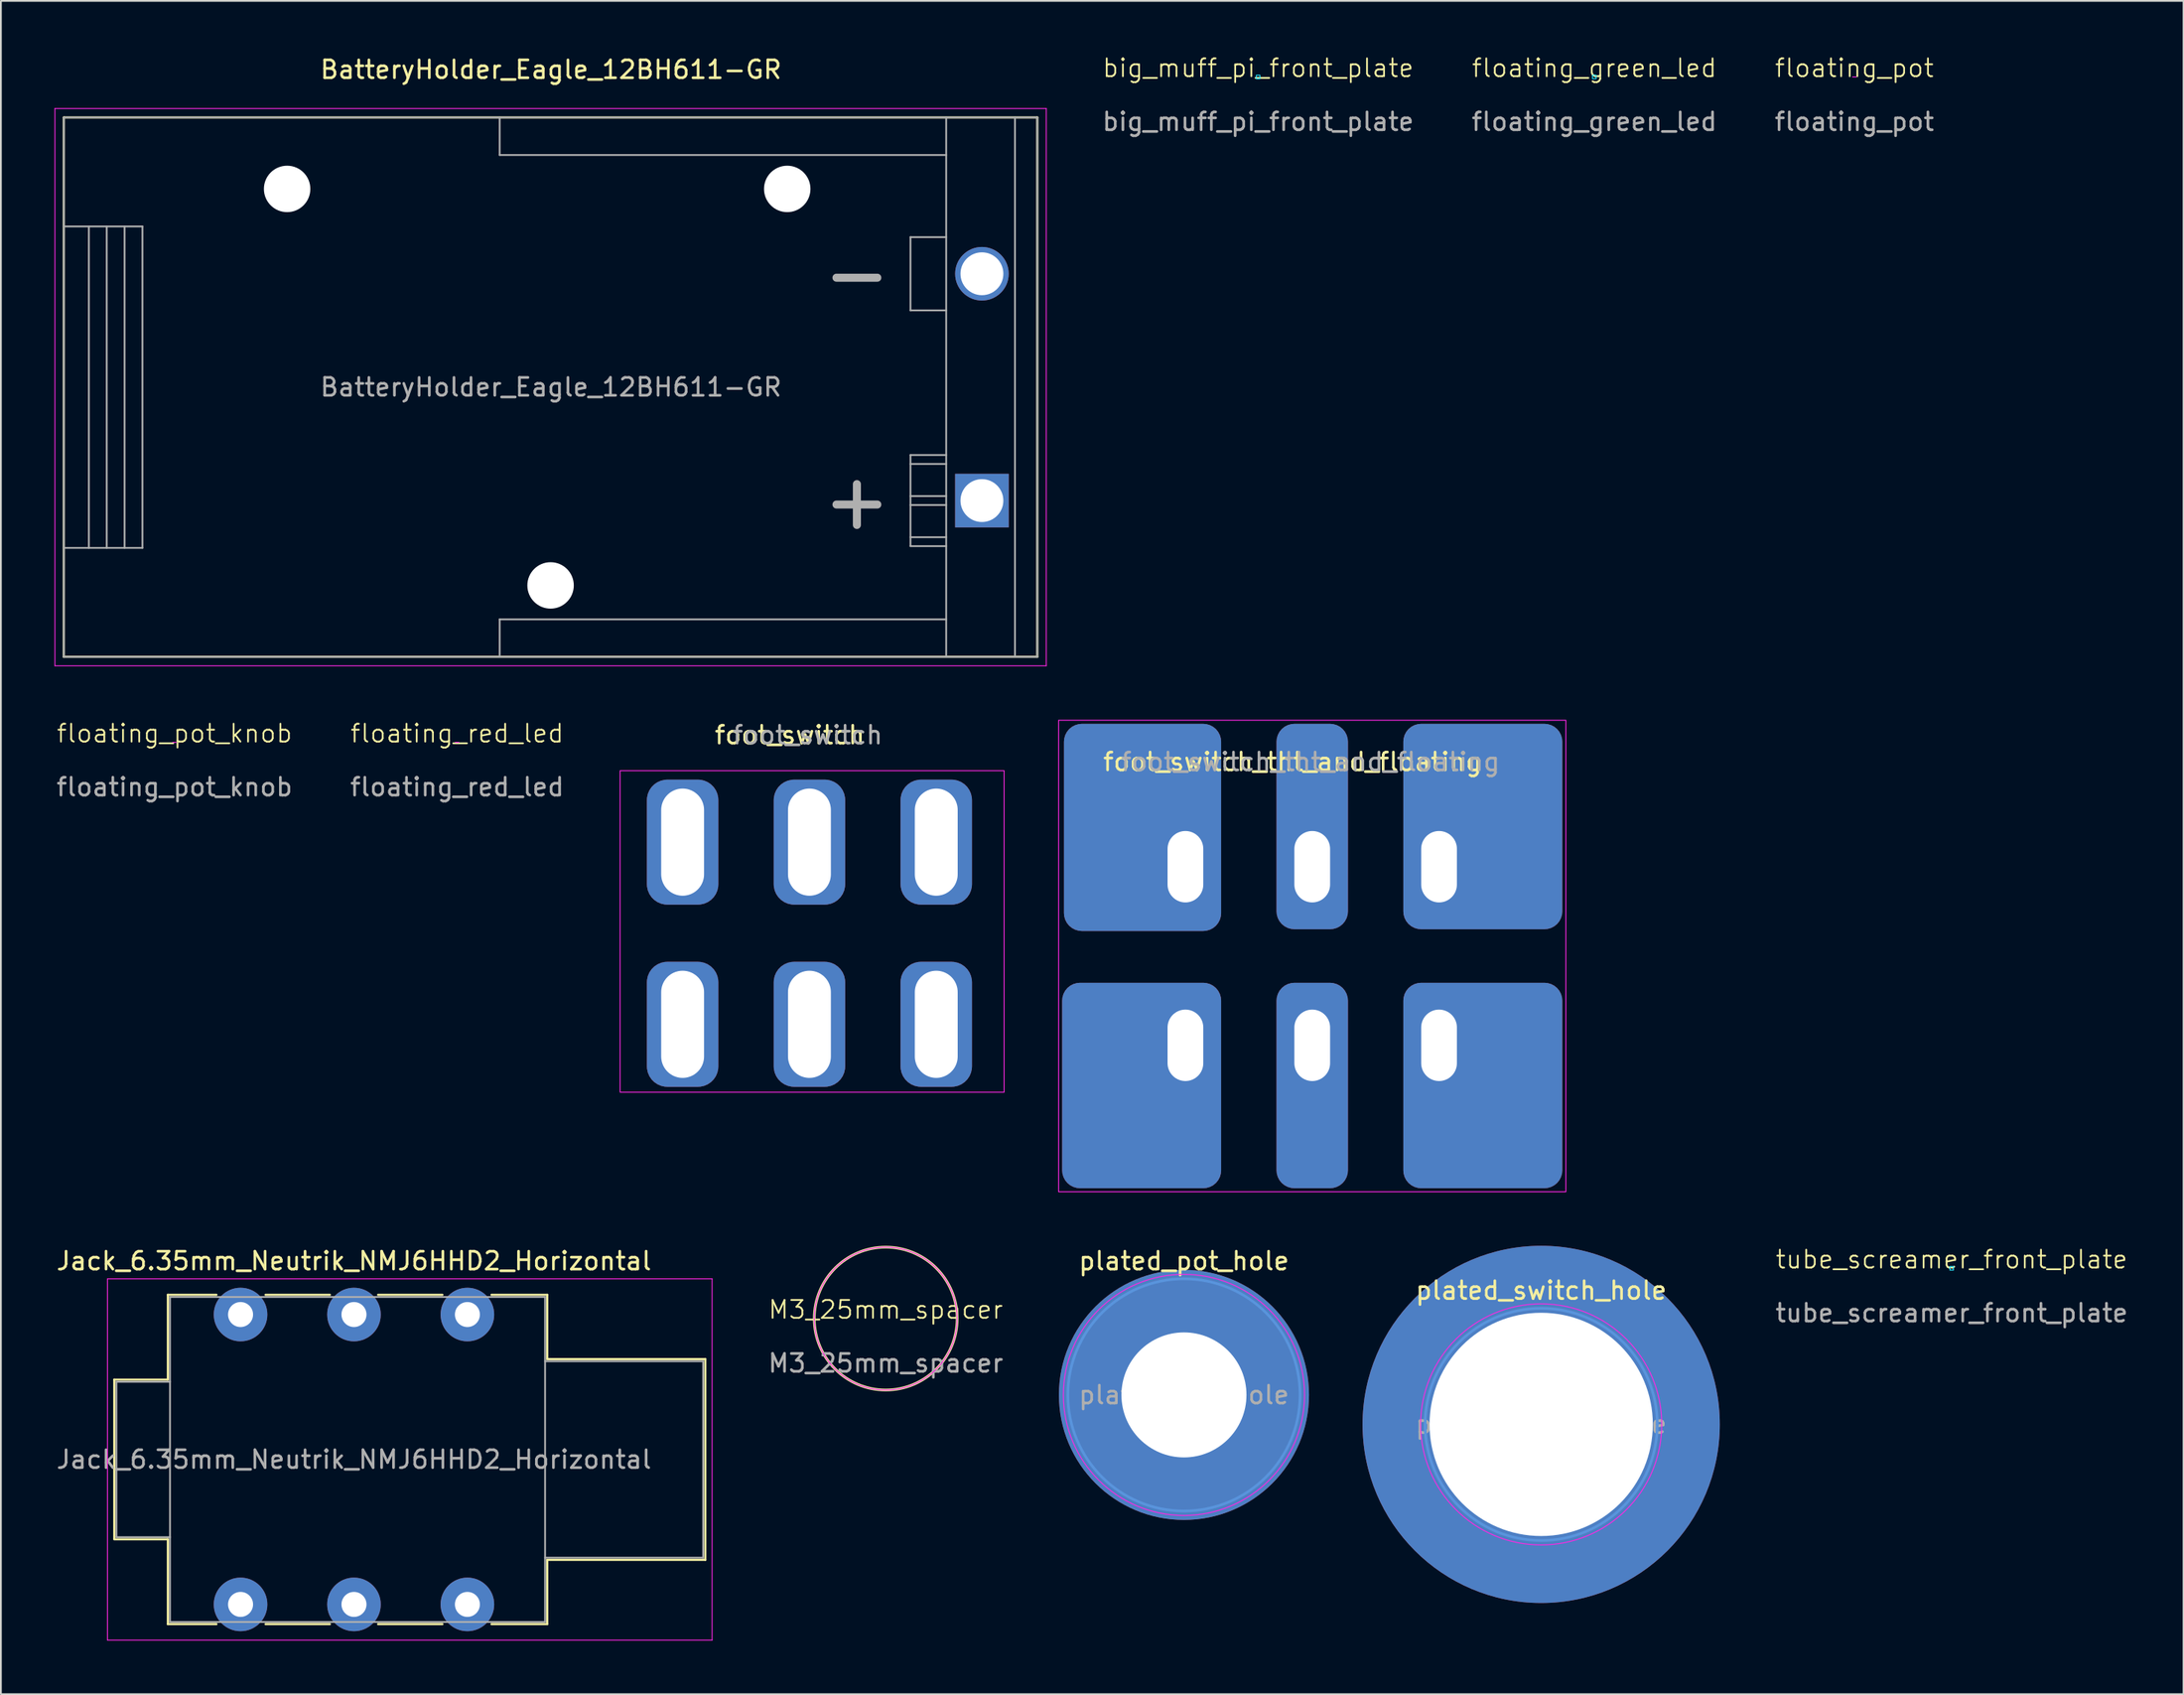
<source format=kicad_pcb>
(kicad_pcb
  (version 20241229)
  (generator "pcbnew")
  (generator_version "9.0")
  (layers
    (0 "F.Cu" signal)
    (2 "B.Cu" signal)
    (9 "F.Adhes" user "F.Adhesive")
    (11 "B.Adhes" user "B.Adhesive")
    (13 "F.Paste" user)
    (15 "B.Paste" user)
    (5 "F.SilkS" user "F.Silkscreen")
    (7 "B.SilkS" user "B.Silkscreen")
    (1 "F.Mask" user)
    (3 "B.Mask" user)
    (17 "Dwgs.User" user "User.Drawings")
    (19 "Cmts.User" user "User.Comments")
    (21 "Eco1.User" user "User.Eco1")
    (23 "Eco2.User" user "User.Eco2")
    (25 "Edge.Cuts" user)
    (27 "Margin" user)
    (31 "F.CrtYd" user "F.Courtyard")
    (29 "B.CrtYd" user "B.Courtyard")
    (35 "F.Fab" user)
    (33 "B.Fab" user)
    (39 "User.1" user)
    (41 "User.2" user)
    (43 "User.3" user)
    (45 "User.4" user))
  (footprint "plated_pot_hole"
    (layer "F.Cu")
    (at 63.236 75.052)
    (property "Reference" "plated_pot_hole" (at 0 -7.5 0) (layer "F.SilkS") (effects (font (size 1 1) (thickness 0.15))))
    (attr exclude_from_pos_files exclude_from_bom)
    (fp_circle (center 0 0) (end 6.5 0) (stroke (width 0.15) (type solid)) (fill no) (layer "Cmts.User"))
    (fp_circle (center 0 0) (end 6.75 0) (stroke (width 0.05) (type solid)) (fill no) (layer "F.CrtYd"))
    (fp_text user "${REFERENCE}" (at 0 0 0) (layer "F.Fab") (effects (font (size 1 1) (thickness 0.15))))
    (pad "1" thru_hole circle (at 0 0) (size 14 14) (drill 7) (layers "*.Cu" "*.Mask")))
  (footprint "tube_screamer_front_plate"
    (layer "F.Cu")
    (at 106.218 67.964)
    (property "Reference" "tube_screamer_front_plate" (at 0 -0.5 0) (unlocked yes) (layer "F.SilkS") (effects (font (size 1 1) (thickness 0.1))))
    (attr through_hole)
    (fp_rect (start -0.1 -0.1) (end 0.1 0.1) (stroke (width 0.05) (type default)) (fill no) (layer "B.CrtYd"))
    (fp_text user "${REFERENCE}" (at 0 2.5 0) (unlocked yes) (layer "F.Fab") (effects (font (size 1 1) (thickness 0.15)))))
  (footprint "plated_switch_hole"
    (layer "F.Cu")
    (at 83.236 76.703)
    (property "Reference" "plated_switch_hole" (at 0 -7.5 0) (layer "F.SilkS") (effects (font (size 1 1) (thickness 0.15))))
    (attr exclude_from_pos_files exclude_from_bom)
    (fp_circle (center 0 0) (end 6.5 0) (stroke (width 0.15) (type solid)) (fill no) (layer "Cmts.User"))
    (fp_circle (center 0 0) (end 6.75 0) (stroke (width 0.05) (type solid)) (fill no) (layer "F.CrtYd"))
    (fp_text user "${REFERENCE}" (at 0 0 0) (layer "F.Fab") (effects (font (size 1 1) (thickness 0.15))))
    (pad "1" thru_hole circle (at 0 0) (size 20 20) (drill 12.5) (layers "*.Cu" "*.Mask")))
  (footprint "floating_pot_knob"
    (layer "F.Cu")
    (at 6.72 38.514)
    (property "Reference" "floating_pot_knob" (at 0 -0.5 0) (unlocked yes) (layer "F.SilkS") (effects (font (size 1 1) (thickness 0.1))))
    (attr through_hole)
    (fp_line (start -0.1 0) (end 0.1 0) (stroke (width 0.05) (type default)) (layer "F.CrtYd"))
    (fp_text user "${REFERENCE}" (at 0 2.5 0) (unlocked yes) (layer "F.Fab") (effects (font (size 1 1) (thickness 0.15)))))
  (footprint "floating_pot"
    (layer "F.Cu")
    (at 100.77 1.26)
    (property "Reference" "floating_pot" (at 0 -0.5 0) (unlocked yes) (layer "F.SilkS") (effects (font (size 1 1) (thickness 0.1))))
    (attr through_hole)
    (fp_line (start -0.1 0) (end 0.1 0) (stroke (width 0.05) (type default)) (layer "F.CrtYd"))
    (fp_text user "${REFERENCE}" (at 0 2.5 0) (unlocked yes) (layer "F.Fab") (effects (font (size 1 1) (thickness 0.15)))))
  (footprint "foot_switch_tht_and_floating"
    (layer "F.Cu")
    (at 70.418 50.478)
    (property "Reference" "foot_switch_tht_and_floating" (at -1.1 -10.875 0) (layer "F.SilkS") (effects (font (size 1 1) (thickness 0.15))))
    (attr through_hole)
    (fp_rect (start -14.2 -13.2) (end 14.2 13.2) (stroke (width 0.05) (type default)) (fill no) (layer "F.CrtYd"))
    (fp_text user "${REFERENCE}" (at -0.1 -10.875 0) (layer "F.Fab") (effects (font (size 1 1) (thickness 0.15))))
    (pad "1" thru_hole roundrect (at -7.1 -5 180) (size 8.8 11.6) (drill oval 2 4 (offset 2.4 2.2)) (layers "*.Cu" "*.Mask") (roundrect_rratio 0.114))
    (pad "2" thru_hole roundrect (at 0 -5) (size 4 11.5) (drill oval 2 4 (offset 0 -2.25)) (layers "*.Cu" "*.Mask") (roundrect_rratio 0.25))
    (pad "3" thru_hole roundrect (at 7.1 -5 180) (size 8.9 11.5) (drill oval 2 4 (offset -2.45 2.25)) (layers "*.Cu" "*.Mask") (roundrect_rratio 0.112))
    (pad "4" thru_hole roundrect (at 7.1 5) (size 8.9 11.5) (drill oval 2 4 (offset 2.45 2.25)) (layers "*.Cu" "*.Mask") (roundrect_rratio 0.112))
    (pad "5" thru_hole roundrect (at 0 5) (size 4 11.5) (drill oval 2 4 (offset 0 2.25)) (layers "*.Cu" "*.Mask") (roundrect_rratio 0.25))
    (pad "6" thru_hole roundrect (at -7.1 5) (size 8.9 11.5) (drill oval 2 4 (offset -2.45 2.25)) (layers "*.Cu" "*.Mask") (roundrect_rratio 0.112)))
  (footprint "big_muff_pi_front_plate"
    (layer "F.Cu")
    (at 67.389 1.26)
    (property "Reference" "big_muff_pi_front_plate" (at 0 -0.5 0) (unlocked yes) (layer "F.SilkS") (effects (font (size 1 1) (thickness 0.1))))
    (attr through_hole)
    (fp_rect (start -0.1 -0.1) (end 0.1 0.1) (stroke (width 0.05) (type default)) (fill no) (layer "B.CrtYd"))
    (fp_text user "${REFERENCE}" (at 0 2.5 0) (unlocked yes) (layer "F.Fab") (effects (font (size 1 1) (thickness 0.15)))))
  (footprint "BatteryHolder_Eagle_12BH611-GR"
    (layer "F.Cu")
    (at 51.925 24.978)
    (property "Reference" "BatteryHolder_Eagle_12BH611-GR" (at -24.13 -24.13 0) (layer "F.SilkS") (effects (font (size 1 1) (thickness 0.15))))
    (attr through_hole)
    (fp_line (start -51.4 -21.45) (end 3.1 -21.45) (stroke (width 0.12) (type solid)) (layer "F.SilkS"))
    (fp_line (start -51.4 8.75) (end -51.4 -21.45) (stroke (width 0.12) (type solid)) (layer "F.SilkS"))
    (fp_line (start 3.1 -21.45) (end 3.1 8.75) (stroke (width 0.12) (type solid)) (layer "F.SilkS"))
    (fp_line (start 3.1 8.75) (end -51.4 8.75) (stroke (width 0.12) (type solid)) (layer "F.SilkS"))
    (fp_line (start -51.9 -21.95) (end 3.6 -21.95) (stroke (width 0.05) (type solid)) (layer "F.CrtYd"))
    (fp_line (start -51.9 9.25) (end -51.9 -21.95) (stroke (width 0.05) (type solid)) (layer "F.CrtYd"))
    (fp_line (start 3.6 -21.95) (end 3.6 9.25) (stroke (width 0.05) (type solid)) (layer "F.CrtYd"))
    (fp_line (start 3.6 9.25) (end -51.9 9.25) (stroke (width 0.05) (type solid)) (layer "F.CrtYd"))
    (fp_line (start -51.4 -21.45) (end 3.1 -21.45) (stroke (width 0.1) (type solid)) (layer "F.Fab"))
    (fp_line (start -51.4 -15.35) (end -47 -15.35) (stroke (width 0.1) (type solid)) (layer "F.Fab"))
    (fp_line (start -51.4 2.65) (end -47 2.65) (stroke (width 0.1) (type solid)) (layer "F.Fab"))
    (fp_line (start -51.4 8.75) (end -51.4 -21.45) (stroke (width 0.1) (type solid)) (layer "F.Fab"))
    (fp_line (start -50 2.65) (end -50 -15.35) (stroke (width 0.1) (type solid)) (layer "F.Fab"))
    (fp_line (start -49 2.65) (end -49 -15.35) (stroke (width 0.1) (type solid)) (layer "F.Fab"))
    (fp_line (start -48 2.65) (end -48 -15.35) (stroke (width 0.1) (type solid)) (layer "F.Fab"))
    (fp_line (start -47 2.65) (end -47 -15.35) (stroke (width 0.1) (type solid)) (layer "F.Fab"))
    (fp_line (start -27 -19.35) (end -27 -21.45) (stroke (width 0.1) (type solid)) (layer "F.Fab"))
    (fp_line (start -27 6.65) (end -27 8.75) (stroke (width 0.1) (type solid)) (layer "F.Fab"))
    (fp_line (start -4 -14.75) (end -4 -10.65) (stroke (width 0.1) (type solid)) (layer "F.Fab"))
    (fp_line (start -4 -10.65) (end -2 -10.65) (stroke (width 0.1) (type solid)) (layer "F.Fab"))
    (fp_line (start -4 -2.55) (end -4 2.55) (stroke (width 0.1) (type solid)) (layer "F.Fab"))
    (fp_line (start -4 -2.05) (end -2 -2.05) (stroke (width 0.1) (type solid)) (layer "F.Fab"))
    (fp_line (start -4 0.25) (end -2 0.25) (stroke (width 0.1) (type solid)) (layer "F.Fab"))
    (fp_line (start -4 2.55) (end -2 2.55) (stroke (width 0.1) (type solid)) (layer "F.Fab"))
    (fp_line (start -2 -21.45) (end -2 8.75) (stroke (width 0.1) (type solid)) (layer "F.Fab"))
    (fp_line (start -2 -19.35) (end -27 -19.35) (stroke (width 0.1) (type solid)) (layer "F.Fab"))
    (fp_line (start -2 -14.75) (end -4 -14.75) (stroke (width 0.1) (type solid)) (layer "F.Fab"))
    (fp_line (start -2 -2.55) (end -4 -2.55) (stroke (width 0.1) (type solid)) (layer "F.Fab"))
    (fp_line (start -2 -0.25) (end -4 -0.25) (stroke (width 0.1) (type solid)) (layer "F.Fab"))
    (fp_line (start -2 2.05) (end -4 2.05) (stroke (width 0.1) (type solid)) (layer "F.Fab"))
    (fp_line (start -2 6.65) (end -27 6.65) (stroke (width 0.1) (type solid)) (layer "F.Fab"))
    (fp_line (start 1.85 8.75) (end 1.85 -21.45) (stroke (width 0.1) (type solid)) (layer "F.Fab"))
    (fp_line (start 3.1 -21.45) (end 3.1 8.75) (stroke (width 0.1) (type solid)) (layer "F.Fab"))
    (fp_line (start 3.1 8.75) (end -51.4 8.75) (stroke (width 0.1) (type solid)) (layer "F.Fab"))
    (fp_text user "+" (at -7 0 0) (layer "F.Fab") (effects (font (size 3 3) (thickness 0.45))))
    (fp_text user "-" (at -7 -12.7 0) (layer "F.Fab") (effects (font (size 3 3) (thickness 0.45))))
    (fp_text user "${REFERENCE}" (at -24.13 -6.35 180) (layer "F.Fab") (effects (font (size 1 1) (thickness 0.15))))
    (pad "" np_thru_hole circle (at -38.9 -17.45) (size 2.6 2.6) (drill 2.6) (layers "*.Cu" "*.Mask"))
    (pad "" np_thru_hole circle (at -24.15 4.75) (size 2.6 2.6) (drill 2.6) (layers "*.Cu" "*.Mask"))
    (pad "" np_thru_hole circle (at -10.9 -17.45) (size 2.6 2.6) (drill 2.6) (layers "*.Cu" "*.Mask"))
    (pad "1" thru_hole rect (at 0 0) (size 3 3) (drill 2.4) (layers "*.Cu" "*.Mask"))
    (pad "2" thru_hole circle (at 0 -12.7) (size 3 3) (drill 2.4) (layers "*.Cu" "*.Mask")))
  (footprint "floating_red_led"
    (layer "F.Cu")
    (at 22.542 38.514)
    (property "Reference" "floating_red_led" (at 0 -0.5 0) (unlocked yes) (layer "F.SilkS") (effects (font (size 1 1) (thickness 0.1))))
    (attr through_hole)
    (fp_line (start -0.1 0) (end 0.1 0) (stroke (width 0.05) (type default)) (layer "F.CrtYd"))
    (fp_text user "${REFERENCE}" (at 0 2.5 0) (unlocked yes) (layer "F.Fab") (effects (font (size 1 1) (thickness 0.15)))))
  (footprint "foot_switch"
    (layer "F.Cu")
    (at 35.168 43.102)
    (property "Reference" "foot_switch" (at 6 -5 0) (layer "F.SilkS") (effects (font (size 1 1) (thickness 0.15))))
    (attr through_hole)
    (fp_rect (start -3.5 -3) (end 18 15) (stroke (width 0.05) (type default)) (fill no) (layer "F.CrtYd"))
    (fp_text user "${REFERENCE}" (at 7 -5 0) (layer "F.Fab") (effects (font (size 1 1) (thickness 0.15))))
    (pad "1" thru_hole roundrect (at 0 1) (size 4 7) (drill oval 2.4 6) (layers "*.Cu" "*.Mask") (roundrect_rratio 0.286))
    (pad "2" thru_hole roundrect (at 7.1 1) (size 4 7) (drill oval 2.4 6) (layers "*.Cu" "*.Mask") (roundrect_rratio 0.286))
    (pad "3" thru_hole roundrect (at 14.2 1) (size 4 7) (drill oval 2.4 6) (layers "*.Cu" "*.Mask") (roundrect_rratio 0.286))
    (pad "4" thru_hole roundrect (at 14.2 11.2) (size 4 7) (drill oval 2.4 6) (layers "*.Cu" "*.Mask") (roundrect_rratio 0.286))
    (pad "5" thru_hole roundrect (at 7.1 11.2) (size 4 7) (drill oval 2.4 6) (layers "*.Cu" "*.Mask") (roundrect_rratio 0.286))
    (pad "6" thru_hole roundrect (at 0 11.2) (size 4 7) (drill oval 2.4 6) (layers "*.Cu" "*.Mask") (roundrect_rratio 0.286)))
  (footprint "M3_25mm_spacer"
    (layer "F.Cu")
    (at 46.539 70.778)
    (property "Reference" "M3_25mm_spacer" (at 0 -0.5 0) (unlocked yes) (layer "F.SilkS") (effects (font (size 1 1) (thickness 0.1))))
    (attr through_hole)
    (fp_circle (center 0 0) (end 4 0) (stroke (width 0.15) (type default)) (fill no) (layer "F.SilkS"))
    (fp_circle (center 0 0) (end 4 0) (stroke (width 0.05) (type default)) (fill no) (layer "F.CrtYd"))
    (fp_text user "${REFERENCE}" (at 0 2.5 0) (unlocked yes) (layer "F.Fab") (effects (font (size 1 1) (thickness 0.15)))))
  (footprint "Jack_6.35mm_Neutrik_NMJ6HHD2_Horizontal"
    (layer "F.Cu")
    (at 10.418 70.552)
    (property "Reference" "Jack_6.35mm_Neutrik_NMJ6HHD2_Horizontal" (at 6.35 -3 0) (layer "F.SilkS") (effects (font (size 1 1) (thickness 0.15))))
    (attr through_hole)
    (fp_line (start -7.07 3.645) (end -4.07 3.645) (stroke (width 0.12) (type solid)) (layer "F.SilkS"))
    (fp_line (start -7.07 12.545) (end -7.07 3.645) (stroke (width 0.12) (type solid)) (layer "F.SilkS"))
    (fp_line (start -7.07 12.585) (end -4.07 12.585) (stroke (width 0.12) (type solid)) (layer "F.SilkS"))
    (fp_line (start -4.07 -1.105) (end -1.35 -1.105) (stroke (width 0.12) (type solid)) (layer "F.SilkS"))
    (fp_line (start -4.07 3.645) (end -4.07 -1.105) (stroke (width 0.12) (type solid)) (layer "F.SilkS"))
    (fp_line (start -4.07 17.335) (end -4.07 12.585) (stroke (width 0.12) (type solid)) (layer "F.SilkS"))
    (fp_line (start -1.35 17.335) (end -4.07 17.335) (stroke (width 0.12) (type solid)) (layer "F.SilkS"))
    (fp_line (start 1.4 -1.105) (end 5 -1.105) (stroke (width 0.12) (type solid)) (layer "F.SilkS"))
    (fp_line (start 5 17.335) (end 1.4 17.335) (stroke (width 0.12) (type solid)) (layer "F.SilkS"))
    (fp_line (start 7.7 -1.105) (end 11.3 -1.105) (stroke (width 0.12) (type solid)) (layer "F.SilkS"))
    (fp_line (start 11.3 17.335) (end 7.7 17.335) (stroke (width 0.12) (type solid)) (layer "F.SilkS"))
    (fp_line (start 17.17 -1.105) (end 14.05 -1.105) (stroke (width 0.12) (type solid)) (layer "F.SilkS"))
    (fp_line (start 17.17 2.495) (end 17.17 -1.105) (stroke (width 0.12) (type solid)) (layer "F.SilkS"))
    (fp_line (start 17.17 2.495) (end 26.02 2.495) (stroke (width 0.12) (type solid)) (layer "F.SilkS"))
    (fp_line (start 17.17 13.735) (end 26.02 13.735) (stroke (width 0.12) (type solid)) (layer "F.SilkS"))
    (fp_line (start 17.17 17.335) (end 14.05 17.335) (stroke (width 0.12) (type solid)) (layer "F.SilkS"))
    (fp_line (start 17.17 17.335) (end 17.17 13.735) (stroke (width 0.12) (type solid)) (layer "F.SilkS"))
    (fp_line (start 26.02 13.735) (end 26.02 2.495) (stroke (width 0.12) (type solid)) (layer "F.SilkS"))
    (fp_line (start -7.45 18.23) (end -7.45 -2) (stroke (width 0.05) (type solid)) (layer "F.CrtYd"))
    (fp_line (start -7.45 18.23) (end 26.4 18.23) (stroke (width 0.05) (type solid)) (layer "F.CrtYd"))
    (fp_line (start 26.4 -2) (end -7.45 -2) (stroke (width 0.05) (type solid)) (layer "F.CrtYd"))
    (fp_line (start 26.4 18.23) (end 26.4 -2) (stroke (width 0.05) (type solid)) (layer "F.CrtYd"))
    (fp_line (start -6.95 3.765) (end -3.95 3.765) (stroke (width 0.1) (type solid)) (layer "F.Fab"))
    (fp_line (start -6.95 12.465) (end -6.95 3.765) (stroke (width 0.1) (type solid)) (layer "F.Fab"))
    (fp_line (start -6.95 12.465) (end -3.95 12.465) (stroke (width 0.1) (type solid)) (layer "F.Fab"))
    (fp_line (start -3.95 17.215) (end -3.95 -0.985) (stroke (width 0.1) (type solid)) (layer "F.Fab"))
    (fp_line (start 17.05 -0.985) (end -3.95 -0.985) (stroke (width 0.1) (type solid)) (layer "F.Fab"))
    (fp_line (start 17.05 17.215) (end -3.95 17.215) (stroke (width 0.1) (type solid)) (layer "F.Fab"))
    (fp_line (start 17.05 17.215) (end 17.05 -0.985) (stroke (width 0.1) (type solid)) (layer "F.Fab"))
    (fp_line (start 25.9 2.615) (end 17.05 2.615) (stroke (width 0.1) (type solid)) (layer "F.Fab"))
    (fp_line (start 25.9 13.615) (end 17.05 13.615) (stroke (width 0.1) (type solid)) (layer "F.Fab"))
    (fp_line (start 25.9 13.615) (end 25.9 2.615) (stroke (width 0.1) (type solid)) (layer "F.Fab"))
    (fp_text user "${REFERENCE}" (at 6.35 8.115 0) (layer "F.Fab") (effects (font (size 1 1) (thickness 0.15))))
    (pad "R" thru_hole circle (at 6.35 0) (size 3 3) (drill 1.4) (layers "*.Cu" "*.Mask"))
    (pad "RN" thru_hole circle (at 6.35 16.23) (size 3 3) (drill 1.4) (layers "*.Cu" "*.Mask"))
    (pad "S" thru_hole circle (at 12.7 0) (size 3 3) (drill 1.4) (layers "*.Cu" "*.Mask"))
    (pad "SN" thru_hole circle (at 12.7 16.23) (size 3 3) (drill 1.4) (layers "*.Cu" "*.Mask"))
    (pad "T" thru_hole circle (at 0 0) (size 3 3) (drill 1.4) (layers "*.Cu" "*.Mask"))
    (pad "TN" thru_hole circle (at 0 16.23) (size 3 3) (drill 1.4) (layers "*.Cu" "*.Mask")))
  (footprint "floating_green_led"
    (layer "F.Cu")
    (at 86.211 1.26)
    (property "Reference" "floating_green_led" (at 0 -0.5 0) (unlocked yes) (layer "F.SilkS") (effects (font (size 1 1) (thickness 0.1))))
    (attr through_hole)
    (fp_rect (start -0.1 -0.1) (end 0.1 0.1) (stroke (width 0.05) (type default)) (fill no) (layer "B.CrtYd"))
    (fp_text user "${REFERENCE}" (at 0 2.5 0) (unlocked yes) (layer "F.Fab") (effects (font (size 1 1) (thickness 0.15)))))
  (gr_rect
    (start -3 -3)
    (end 119.2 91.806)
    (stroke (width 0.1) (type default))
    (fill no)
    (layer "Edge.Cuts")))
</source>
